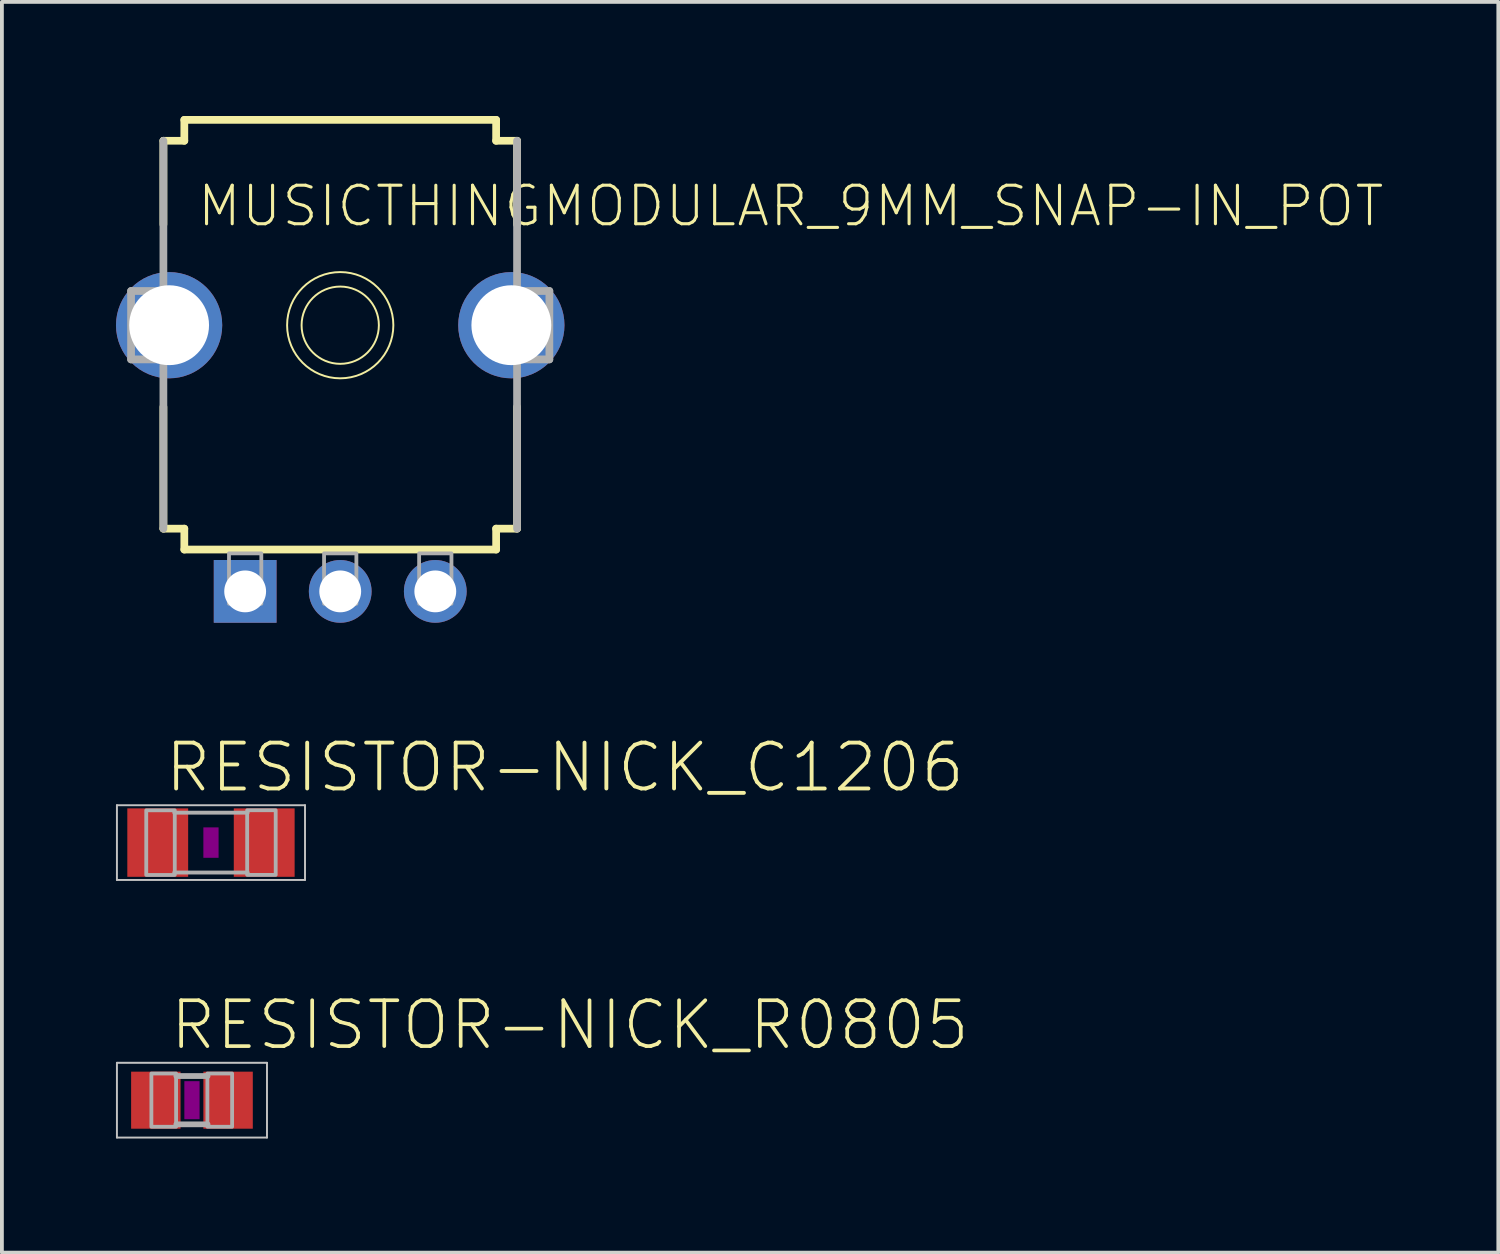
<source format=kicad_pcb>
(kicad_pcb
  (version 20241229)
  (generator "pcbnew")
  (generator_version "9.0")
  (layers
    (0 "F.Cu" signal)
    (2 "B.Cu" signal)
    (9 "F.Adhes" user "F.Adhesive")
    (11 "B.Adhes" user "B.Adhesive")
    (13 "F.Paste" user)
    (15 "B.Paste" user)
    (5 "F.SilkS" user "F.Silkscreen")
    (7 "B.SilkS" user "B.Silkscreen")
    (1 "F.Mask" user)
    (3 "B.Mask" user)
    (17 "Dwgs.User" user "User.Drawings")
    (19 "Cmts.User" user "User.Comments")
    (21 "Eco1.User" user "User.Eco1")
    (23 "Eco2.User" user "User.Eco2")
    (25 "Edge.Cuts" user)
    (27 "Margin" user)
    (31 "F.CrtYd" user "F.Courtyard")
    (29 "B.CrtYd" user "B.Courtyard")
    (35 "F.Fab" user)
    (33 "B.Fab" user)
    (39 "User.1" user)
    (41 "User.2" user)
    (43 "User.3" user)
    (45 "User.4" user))
  (footprint "RESISTOR-NICK_C1206"
    (layer "F.Cu")
    (at 2.498 19.108)
    (property "Reference" "RESISTOR-NICK_C1206" (at -1.27 -1.27 0) (layer "F.SilkS") (effects (font (size 1.206 1.206) (thickness 0.102)) (justify left bottom)))
    (attr through_hole)
    (fp_poly (pts (xy -0.2 0.4) (xy 0.2 0.4) (xy 0.2 -0.4) (xy -0.2 -0.4)) (stroke (width 0) (type solid)) (fill yes) (layer "F.Adhes"))
    (fp_line (start -2.473 -0.983) (end 2.473 -0.983) (stroke (width 0.051) (type solid)) (layer "Dwgs.User"))
    (fp_line (start -2.473 0.983) (end -2.473 -0.983) (stroke (width 0.051) (type solid)) (layer "Dwgs.User"))
    (fp_line (start 2.473 -0.983) (end 2.473 0.983) (stroke (width 0.051) (type solid)) (layer "Dwgs.User"))
    (fp_line (start 2.473 0.983) (end -2.473 0.983) (stroke (width 0.051) (type solid)) (layer "Dwgs.User"))
    (fp_line (start -0.965 -0.787) (end 0.965 -0.787) (stroke (width 0.102) (type solid)) (layer "F.Fab"))
    (fp_line (start -0.965 0.787) (end 0.965 0.787) (stroke (width 0.102) (type solid)) (layer "F.Fab"))
    (fp_poly (pts (xy -1.702 0.851) (xy -0.952 0.851) (xy -0.952 -0.849) (xy -1.702 -0.849)) (stroke (width 0.1) (type solid)) (fill no) (layer "F.Fab"))
    (fp_poly (pts (xy 0.952 0.849) (xy 1.702 0.849) (xy 1.702 -0.851) (xy 0.952 -0.851)) (stroke (width 0.1) (type solid)) (fill no) (layer "F.Fab"))
    (pad "1" smd rect (at -1.4 0) (size 1.6 1.8) (layers "F.Cu" "F.Mask" "F.Paste"))
    (pad "2" smd rect (at 1.4 0) (size 1.6 1.8) (layers "F.Cu" "F.Mask" "F.Paste")))
  (footprint "MUSICTHINGMODULAR_9MM_SNAP-IN_POT"
    (layer "F.Cu")
    (at 5.897 5.502)
    (property "Reference" "MUSICTHINGMODULAR_9MM_SNAP-IN_POT" (at -3.81 -2.54 0) (layer "F.SilkS") (effects (font (size 1.013 1.013) (thickness 0.081)) (justify left bottom)))
    (attr through_hole)
    (fp_line (start -4.65 -2.65) (end -4.65 -4.85) (stroke (width 0.203) (type solid)) (layer "F.SilkS"))
    (fp_line (start -4.65 5.35) (end -4.65 2.15) (stroke (width 0.203) (type solid)) (layer "F.SilkS"))
    (fp_line (start -4.65 5.35) (end -4.1 5.35) (stroke (width 0.203) (type solid)) (layer "F.SilkS"))
    (fp_line (start -4.1 -5.4) (end -4.1 -4.85) (stroke (width 0.203) (type solid)) (layer "F.SilkS"))
    (fp_line (start -4.1 -5.4) (end 4.1 -5.4) (stroke (width 0.203) (type solid)) (layer "F.SilkS"))
    (fp_line (start -4.1 -4.85) (end -4.65 -4.85) (stroke (width 0.203) (type solid)) (layer "F.SilkS"))
    (fp_line (start -4.1 5.35) (end -4.1 5.9) (stroke (width 0.203) (type solid)) (layer "F.SilkS"))
    (fp_line (start 4.1 -4.85) (end 4.1 -5.4) (stroke (width 0.203) (type solid)) (layer "F.SilkS"))
    (fp_line (start 4.1 5.35) (end 4.65 5.35) (stroke (width 0.203) (type solid)) (layer "F.SilkS"))
    (fp_line (start 4.1 5.9) (end -4.1 5.9) (stroke (width 0.203) (type solid)) (layer "F.SilkS"))
    (fp_line (start 4.1 5.9) (end 4.1 5.35) (stroke (width 0.203) (type solid)) (layer "F.SilkS"))
    (fp_line (start 4.65 -4.85) (end 4.1 -4.85) (stroke (width 0.203) (type solid)) (layer "F.SilkS"))
    (fp_line (start 4.65 -4.85) (end 4.65 -2.65) (stroke (width 0.203) (type solid)) (layer "F.SilkS"))
    (fp_line (start 4.65 2.15) (end 4.65 5.35) (stroke (width 0.203) (type solid)) (layer "F.SilkS"))
    (fp_circle (center 0 0) (end 1.016 0) (stroke (width 0.051) (type solid)) (fill no) (layer "F.SilkS"))
    (fp_circle (center 0 0) (end 1.397 0) (stroke (width 0.051) (type solid)) (fill no) (layer "F.SilkS"))
    (fp_line (start -5.5 -0.9) (end -5.5 0.9) (stroke (width 0.203) (type solid)) (layer "F.Fab"))
    (fp_line (start -5.5 0.9) (end -4.75 0.9) (stroke (width 0.203) (type solid)) (layer "F.Fab"))
    (fp_line (start -4.75 -0.9) (end -5.5 -0.9) (stroke (width 0.203) (type solid)) (layer "F.Fab"))
    (fp_line (start -4.65 5.35) (end -4.65 -4.85) (stroke (width 0.203) (type solid)) (layer "F.Fab"))
    (fp_line (start 4.65 -4.85) (end 4.65 5.35) (stroke (width 0.203) (type solid)) (layer "F.Fab"))
    (fp_line (start 4.75 0.9) (end 5.5 0.9) (stroke (width 0.203) (type solid)) (layer "F.Fab"))
    (fp_line (start 5.5 -0.9) (end 4.75 -0.9) (stroke (width 0.203) (type solid)) (layer "F.Fab"))
    (fp_line (start 5.5 0.9) (end 5.5 -0.9) (stroke (width 0.203) (type solid)) (layer "F.Fab"))
    (fp_poly (pts (xy -2.925 7.325) (xy -2.075 7.325) (xy -2.075 6) (xy -2.925 6)) (stroke (width 0.1) (type solid)) (fill no) (layer "F.Fab"))
    (fp_poly (pts (xy -0.425 7.325) (xy 0.425 7.325) (xy 0.425 6) (xy -0.425 6)) (stroke (width 0.1) (type solid)) (fill no) (layer "F.Fab"))
    (fp_poly (pts (xy 2.075 7.325) (xy 2.925 7.325) (xy 2.925 6) (xy 2.075 6)) (stroke (width 0.1) (type solid)) (fill no) (layer "F.Fab"))
    (pad "1" thru_hole rect (at -2.5 7 270) (size 1.65 1.65) (drill 1.1) (layers "*.Cu" "*.Mask"))
    (pad "2" thru_hole circle (at 0 7 270) (size 1.65 1.65) (drill 1.1) (layers "*.Cu" "*.Mask"))
    (pad "3" thru_hole circle (at 2.5 7 270) (size 1.65 1.65) (drill 1.1) (layers "*.Cu" "*.Mask"))
    (pad "CHASSIS1" thru_hole circle (at -4.5 0 270) (size 2.794 2.794) (drill 2.1) (layers "*.Cu" "*.Mask"))
    (pad "CHASSIS2" thru_hole circle (at 4.5 0 270) (size 2.794 2.794) (drill 2.1) (layers "*.Cu" "*.Mask")))
  (footprint "RESISTOR-NICK_R0805"
    (layer "F.Cu")
    (at 1.998 25.882)
    (property "Reference" "RESISTOR-NICK_R0805" (at -0.635 -1.27 0) (layer "F.SilkS") (effects (font (size 1.206 1.206) (thickness 0.097)) (justify left bottom)))
    (attr through_hole)
    (fp_poly (pts (xy -0.2 0.5) (xy 0.2 0.5) (xy 0.2 -0.5) (xy -0.2 -0.5)) (stroke (width 0) (type solid)) (fill yes) (layer "F.Adhes"))
    (fp_line (start -1.973 -0.983) (end 1.973 -0.983) (stroke (width 0.051) (type solid)) (layer "Dwgs.User"))
    (fp_line (start -1.973 0.983) (end -1.973 -0.983) (stroke (width 0.051) (type solid)) (layer "Dwgs.User"))
    (fp_line (start 1.973 -0.983) (end 1.973 0.983) (stroke (width 0.051) (type solid)) (layer "Dwgs.User"))
    (fp_line (start 1.973 0.983) (end -1.973 0.983) (stroke (width 0.051) (type solid)) (layer "Dwgs.User"))
    (fp_line (start -0.41 -0.635) (end 0.41 -0.635) (stroke (width 0.152) (type solid)) (layer "F.Fab"))
    (fp_line (start -0.41 0.635) (end 0.41 0.635) (stroke (width 0.152) (type solid)) (layer "F.Fab"))
    (fp_poly (pts (xy -1.067 0.699) (xy -0.417 0.699) (xy -0.417 -0.702) (xy -1.067 -0.702)) (stroke (width 0.1) (type solid)) (fill no) (layer "F.Fab"))
    (fp_poly (pts (xy 0.406 0.699) (xy 1.056 0.699) (xy 1.056 -0.702) (xy 0.406 -0.702)) (stroke (width 0.1) (type solid)) (fill no) (layer "F.Fab"))
    (pad "1" smd rect (at -0.95 0) (size 1.3 1.5) (layers "F.Cu" "F.Mask" "F.Paste"))
    (pad "2" smd rect (at 0.95 0) (size 1.3 1.5) (layers "F.Cu" "F.Mask" "F.Paste")))
  (gr_rect
    (start -3 -3)
    (end 36.352 29.891)
    (stroke (width 0.1) (type default))
    (fill no)
    (layer "Edge.Cuts")))
</source>
